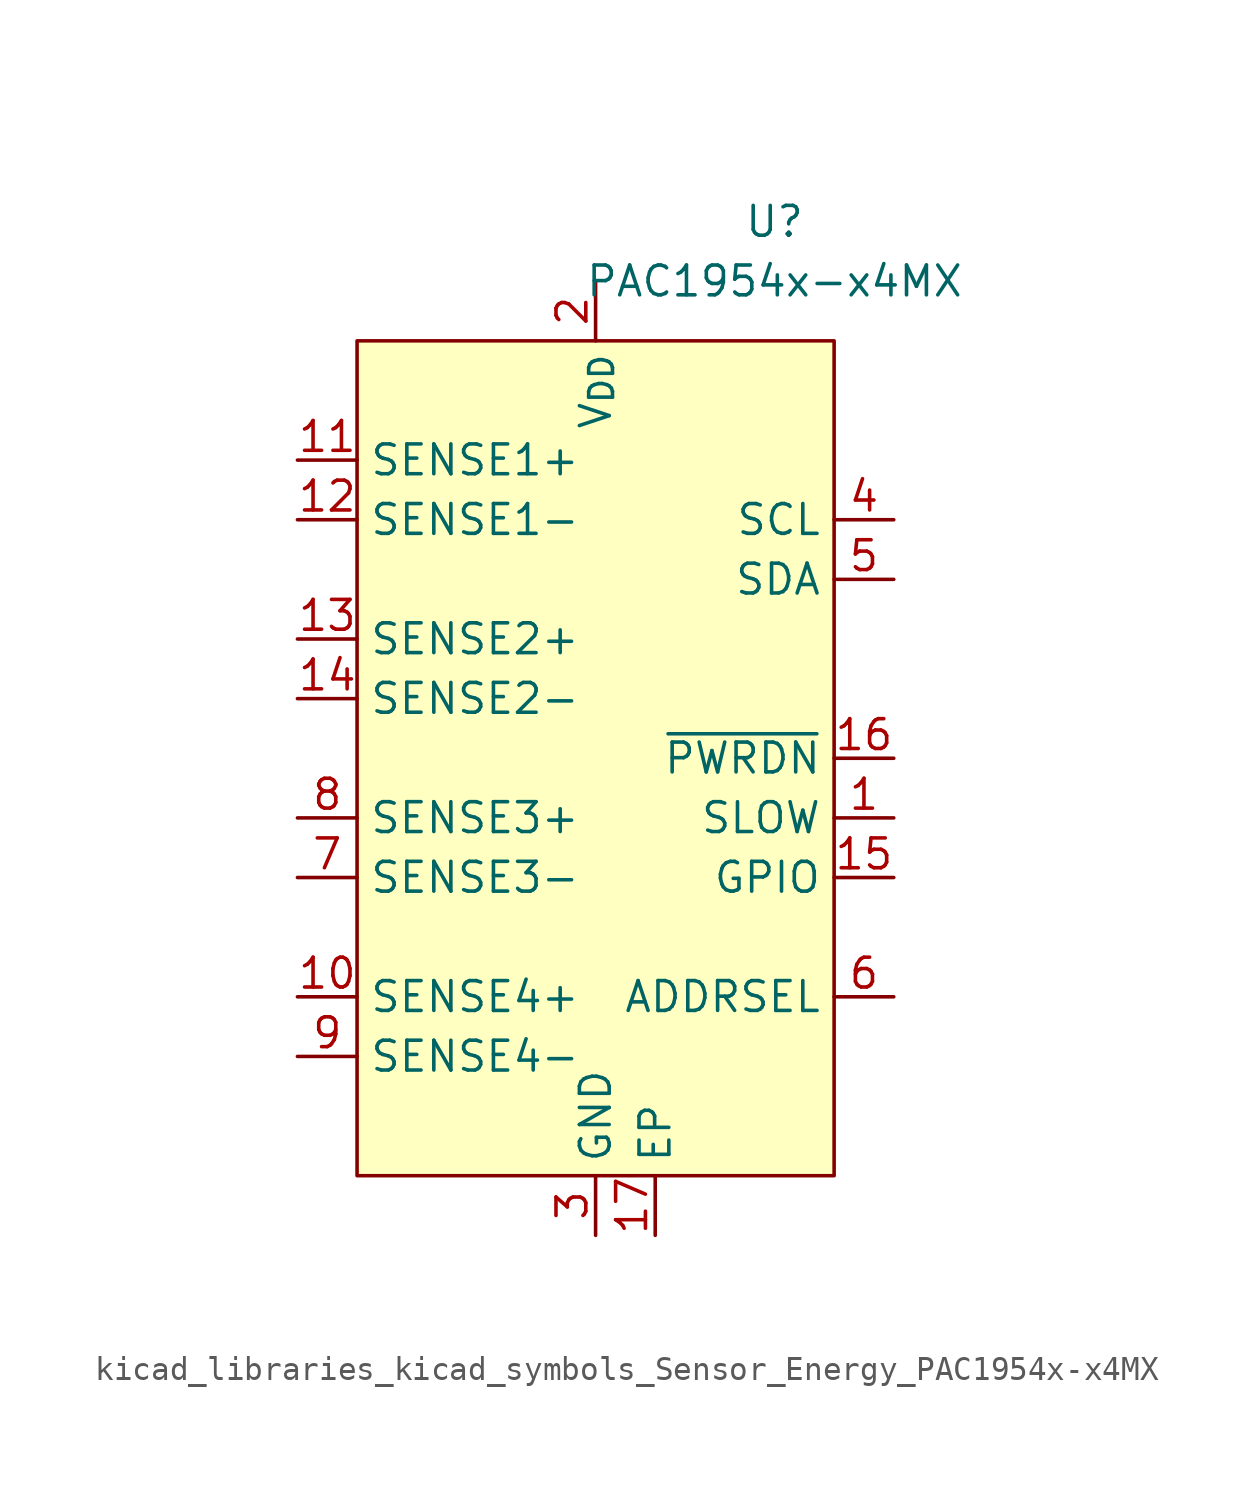
<source format=kicad_sym>
(kicad_symbol_lib
  (version 20220914)
  (generator kicad_symbol_editor)
  (symbol "kicad_libraries_kicad_symbols_Sensor_Energy_PAC1954x-x4MX"
    (property "Reference" "U"
      (at 7.62 22.86 0)
      (effects (font (size 1.27 1.27))))
    (property "Value" "PAC1954x-x4MX"
      (at 7.62 20.32 0)
      (effects (font (size 1.27 1.27))))
    (symbol "kicad_libraries_kicad_symbols_Sensor_Energy_PAC1954x-x4MX_0_0"
      (pin input line (at 12.7 -2.54 180) (length 2.54) (name "SLOW" (effects (font (size 1.27 1.27)))) (number "1" (effects (font (size 1.27 1.27)))) (alternate "GPIO" bidirectional line) (alternate "~{ALERT1}" open_collector line))
      (pin input line (at -12.7 -10.16 0) (length 2.54) (name "SENSE4+" (effects (font (size 1.27 1.27)))) (number "10" (effects (font (size 1.27 1.27)))))
      (pin input line (at -12.7 12.7 0) (length 2.54) (name "SENSE1+" (effects (font (size 1.27 1.27)))) (number "11" (effects (font (size 1.27 1.27)))))
      (pin input line (at -12.7 10.16 0) (length 2.54) (name "SENSE1-" (effects (font (size 1.27 1.27)))) (number "12" (effects (font (size 1.27 1.27)))))
      (pin input line (at -12.7 5.08 0) (length 2.54) (name "SENSE2+" (effects (font (size 1.27 1.27)))) (number "13" (effects (font (size 1.27 1.27)))))
      (pin input line (at -12.7 2.54 0) (length 2.54) (name "SENSE2-" (effects (font (size 1.27 1.27)))) (number "14" (effects (font (size 1.27 1.27)))))
      (pin bidirectional line (at 12.7 -5.08 180) (length 2.54) (name "GPIO" (effects (font (size 1.27 1.27)))) (number "15" (effects (font (size 1.27 1.27)))) (alternate "~{ALERT2}" open_collector line))
      (pin input line (at 12.7 0 180) (length 2.54) (name "~{PWRDN}" (effects (font (size 1.27 1.27)))) (number "16" (effects (font (size 1.27 1.27)))))
      (pin passive line (at 2.54 -20.32 90) (length 2.54) (name "EP" (effects (font (size 1.27 1.27)))) (number "17" (effects (font (size 1.27 1.27)))))
      (pin power_in line (at 0 20.32 270) (length 2.54) (name "V_{DD}" (effects (font (size 1.27 1.27)))) (number "2" (effects (font (size 1.27 1.27)))))
      (pin power_in line (at 0 -20.32 90) (length 2.54) (name "GND" (effects (font (size 1.27 1.27)))) (number "3" (effects (font (size 1.27 1.27)))))
      (pin input line (at 12.7 10.16 180) (length 2.54) (name "SCL" (effects (font (size 1.27 1.27)))) (number "4" (effects (font (size 1.27 1.27)))) (alternate "SM_CLK" input line))
      (pin bidirectional line (at 12.7 7.62 180) (length 2.54) (name "SDA" (effects (font (size 1.27 1.27)))) (number "5" (effects (font (size 1.27 1.27)))) (alternate "SM_DATA" bidirectional line))
      (pin passive line (at 12.7 -10.16 180) (length 2.54) (name "ADDRSEL" (effects (font (size 1.27 1.27)))) (number "6" (effects (font (size 1.27 1.27)))))
      (pin input line (at -12.7 -5.08 0) (length 2.54) (name "SENSE3-" (effects (font (size 1.27 1.27)))) (number "7" (effects (font (size 1.27 1.27)))))
      (pin input line (at -12.7 -2.54 0) (length 2.54) (name "SENSE3+" (effects (font (size 1.27 1.27)))) (number "8" (effects (font (size 1.27 1.27)))))
      (pin input line (at -12.7 -12.7 0) (length 2.54) (name "SENSE4-" (effects (font (size 1.27 1.27)))) (number "9" (effects (font (size 1.27 1.27))))))
    (symbol "kicad_libraries_kicad_symbols_Sensor_Energy_PAC1954x-x4MX_0_1"
      (rectangle (start -10.16 17.78) (end 10.16 -17.78) (stroke (width 0) (type default)) (fill (type background))))))
</source>
